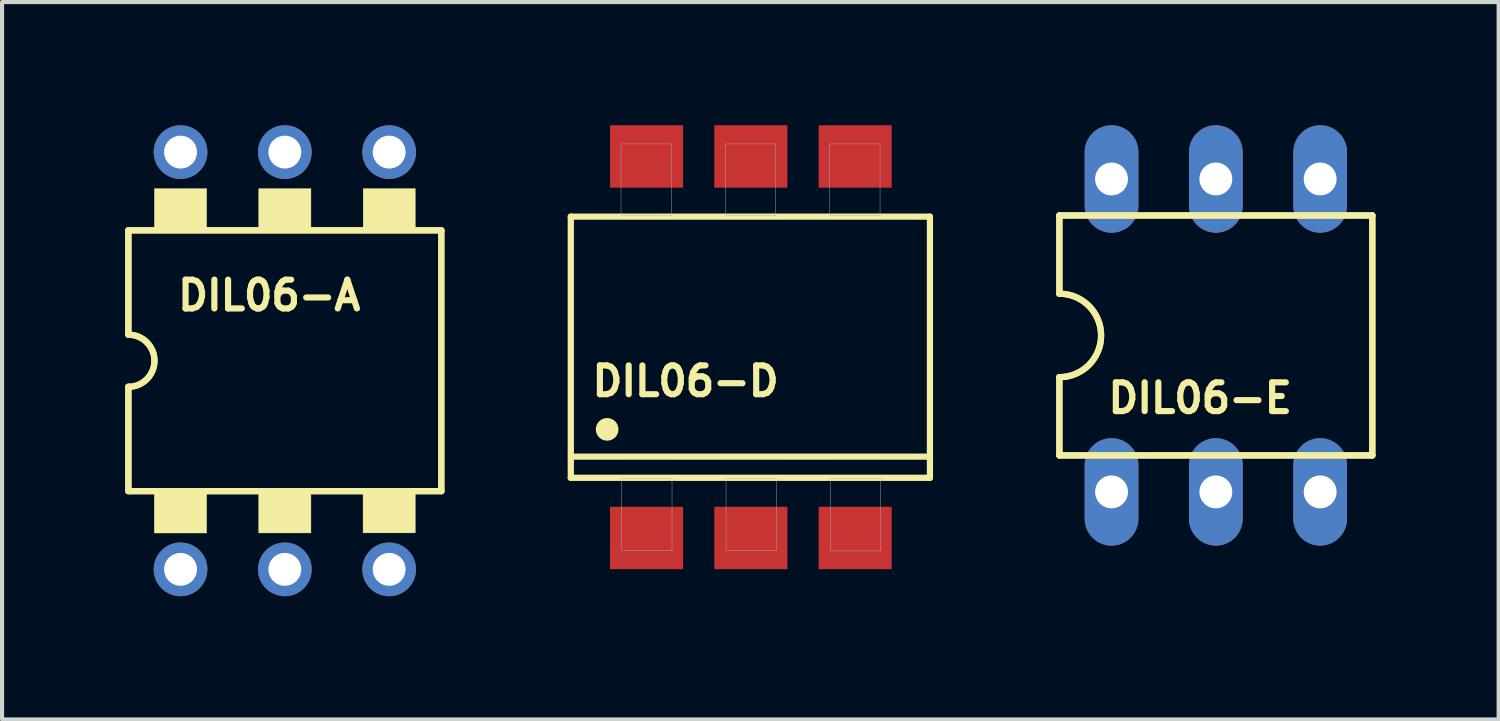
<source format=kicad_pcb>
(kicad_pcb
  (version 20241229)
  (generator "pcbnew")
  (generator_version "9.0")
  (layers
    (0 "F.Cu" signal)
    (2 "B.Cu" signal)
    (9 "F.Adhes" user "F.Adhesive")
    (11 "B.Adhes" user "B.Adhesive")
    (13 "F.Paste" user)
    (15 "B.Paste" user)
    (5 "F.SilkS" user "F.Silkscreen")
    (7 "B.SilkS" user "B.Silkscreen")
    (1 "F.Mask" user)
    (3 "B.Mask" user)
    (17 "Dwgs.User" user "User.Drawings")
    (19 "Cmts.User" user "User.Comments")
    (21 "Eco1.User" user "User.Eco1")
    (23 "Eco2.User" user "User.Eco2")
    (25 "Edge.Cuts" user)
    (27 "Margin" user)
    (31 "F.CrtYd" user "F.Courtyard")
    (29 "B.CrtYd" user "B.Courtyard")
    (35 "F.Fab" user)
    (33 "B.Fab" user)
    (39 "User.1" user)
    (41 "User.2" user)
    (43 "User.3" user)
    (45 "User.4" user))
  (footprint "DIL06-A"
    (layer "F.Cu")
    (at 3.886 5.734)
    (property "Reference" "DIL06-A" (at -0.381 -1.59 0) (layer "F.SilkS") (effects (font (size 0.701 0.701) (thickness 0.15))))
    (attr through_hole)
    (fp_line (start -3.81 -0.635) (end -3.81 -3.175) (stroke (width 0.152) (type solid)) (layer "F.SilkS"))
    (fp_line (start -3.81 -0.635) (end -3.81 -3.175) (stroke (width 0.152) (type solid)) (layer "F.SilkS"))
    (fp_line (start -3.81 3.175) (end -3.81 0.635) (stroke (width 0.152) (type solid)) (layer "F.SilkS"))
    (fp_line (start -3.81 3.175) (end -3.81 0.635) (stroke (width 0.152) (type solid)) (layer "F.SilkS"))
    (fp_line (start 3.81 -3.175) (end -3.81 -3.175) (stroke (width 0.152) (type solid)) (layer "F.SilkS"))
    (fp_line (start 3.81 -3.175) (end -3.81 -3.175) (stroke (width 0.152) (type solid)) (layer "F.SilkS"))
    (fp_line (start 3.81 3.175) (end -3.81 3.175) (stroke (width 0.152) (type solid)) (layer "F.SilkS"))
    (fp_line (start 3.81 3.175) (end -3.81 3.175) (stroke (width 0.152) (type solid)) (layer "F.SilkS"))
    (fp_line (start 3.81 3.175) (end 3.81 -3.175) (stroke (width 0.152) (type solid)) (layer "F.SilkS"))
    (fp_line (start 3.81 3.175) (end 3.81 -3.175) (stroke (width 0.152) (type solid)) (layer "F.SilkS"))
    (fp_arc (start -3.81 -0.635) (mid -3.175 0) (end -3.81 0.635) (stroke (width 0.1524) (type solid)) (layer "F.SilkS"))
    (fp_arc (start -3.81 -0.635) (mid -3.175 0) (end -3.81 0.635) (stroke (width 0.1524) (type solid)) (layer "F.SilkS"))
    (fp_poly (pts (xy -3.178 3.175) (xy -1.905 3.175) (xy -1.905 4.195) (xy -3.178 4.195)) (stroke (width 0.01) (type solid)) (fill yes) (layer "F.SilkS"))
    (fp_poly (pts (xy -3.176 -4.191) (xy -1.905 -4.191) (xy -1.905 -3.176) (xy -3.176 -3.176)) (stroke (width 0.01) (type solid)) (fill yes) (layer "F.SilkS"))
    (fp_poly (pts (xy -0.635 -4.191) (xy 0.635 -4.191) (xy 0.635 -3.178) (xy -0.635 -3.178)) (stroke (width 0.01) (type solid)) (fill yes) (layer "F.SilkS"))
    (fp_poly (pts (xy -0.635 3.175) (xy 0.635 3.175) (xy 0.635 4.193) (xy -0.635 4.193)) (stroke (width 0.01) (type solid)) (fill yes) (layer "F.SilkS"))
    (fp_poly (pts (xy 1.905 3.175) (xy 3.175 3.175) (xy 3.175 4.192) (xy 1.905 4.192)) (stroke (width 0.01) (type solid)) (fill yes) (layer "F.SilkS"))
    (fp_poly (pts (xy 1.908 -4.191) (xy 3.175 -4.191) (xy 3.175 -3.18) (xy 1.908 -3.18)) (stroke (width 0.01) (type solid)) (fill yes) (layer "F.SilkS"))
    (pad "1" thru_hole circle (at -2.54 5.08) (size 1.308 1.308) (drill 0.8) (layers "*.Cu" "*.Mask"))
    (pad "2" thru_hole circle (at 0 5.08) (size 1.308 1.308) (drill 0.8) (layers "*.Cu" "*.Mask"))
    (pad "3" thru_hole circle (at 2.54 5.08) (size 1.308 1.308) (drill 0.8) (layers "*.Cu" "*.Mask"))
    (pad "4" thru_hole circle (at 2.54 -5.08) (size 1.308 1.308) (drill 0.8) (layers "*.Cu" "*.Mask"))
    (pad "5" thru_hole circle (at 0 -5.08) (size 1.308 1.308) (drill 0.8) (layers "*.Cu" "*.Mask"))
    (pad "6" thru_hole circle (at -2.54 -5.08) (size 1.308 1.308) (drill 0.8) (layers "*.Cu" "*.Mask")))
  (footprint "DIL06-E"
    (layer "F.Cu")
    (at 26.556 5.118)
    (property "Reference" "DIL06-E" (at -0.382 1.526 0) (layer "F.SilkS") (effects (font (size 0.701 0.701) (thickness 0.15))))
    (attr through_hole)
    (fp_line (start -3.81 -2.921) (end -3.81 -1.016) (stroke (width 0.152) (type solid)) (layer "F.SilkS"))
    (fp_line (start -3.81 -2.921) (end -3.81 -1.016) (stroke (width 0.152) (type solid)) (layer "F.SilkS"))
    (fp_line (start -3.81 2.921) (end -3.81 1.016) (stroke (width 0.152) (type solid)) (layer "F.SilkS"))
    (fp_line (start -3.81 2.921) (end -3.81 1.016) (stroke (width 0.152) (type solid)) (layer "F.SilkS"))
    (fp_line (start -3.81 2.921) (end 3.81 2.921) (stroke (width 0.152) (type solid)) (layer "F.SilkS"))
    (fp_line (start -3.81 2.921) (end 3.81 2.921) (stroke (width 0.152) (type solid)) (layer "F.SilkS"))
    (fp_line (start 3.81 -2.921) (end -3.81 -2.921) (stroke (width 0.152) (type solid)) (layer "F.SilkS"))
    (fp_line (start 3.81 -2.921) (end -3.81 -2.921) (stroke (width 0.152) (type solid)) (layer "F.SilkS"))
    (fp_line (start 3.81 -2.921) (end 3.81 2.921) (stroke (width 0.152) (type solid)) (layer "F.SilkS"))
    (fp_line (start 3.81 -2.921) (end 3.81 2.921) (stroke (width 0.152) (type solid)) (layer "F.SilkS"))
    (fp_arc (start -3.81 -1.016) (mid -2.794 0) (end -3.81 1.016) (stroke (width 0.1524) (type solid)) (layer "F.SilkS"))
    (fp_arc (start -3.81 -1.016) (mid -2.794 0) (end -3.81 1.016) (stroke (width 0.1524) (type solid)) (layer "F.SilkS"))
    (pad "1" thru_hole oval (at -2.54 3.81) (size 1.308 2.616) (drill 0.8) (layers "*.Cu" "*.Mask"))
    (pad "2" thru_hole oval (at 0 3.81) (size 1.308 2.616) (drill 0.8) (layers "*.Cu" "*.Mask"))
    (pad "3" thru_hole oval (at 2.54 3.81) (size 1.308 2.616) (drill 0.8) (layers "*.Cu" "*.Mask"))
    (pad "4" thru_hole oval (at 2.54 -3.81) (size 1.308 2.616) (drill 0.8) (layers "*.Cu" "*.Mask"))
    (pad "5" thru_hole oval (at 0 -3.81) (size 1.308 2.616) (drill 0.8) (layers "*.Cu" "*.Mask"))
    (pad "6" thru_hole oval (at -2.54 -3.81) (size 1.308 2.616) (drill 0.8) (layers "*.Cu" "*.Mask")))
  (footprint "DIL06-D"
    (layer "F.Cu")
    (at 15.234 5.405)
    (property "Reference" "DIL06-D" (at -1.59 0.827 0) (layer "F.SilkS") (effects (font (size 0.701 0.701) (thickness 0.15))))
    (attr through_hole)
    (fp_line (start -4.385 -3.18) (end 4.36 -3.18) (stroke (width 0.152) (type solid)) (layer "F.SilkS"))
    (fp_line (start -4.385 3.18) (end -4.385 -3.18) (stroke (width 0.152) (type solid)) (layer "F.SilkS"))
    (fp_line (start 4.36 -3.18) (end 4.36 2.664) (stroke (width 0.152) (type solid)) (layer "F.SilkS"))
    (fp_line (start 4.36 2.664) (end -4.285 2.664) (stroke (width 0.152) (type solid)) (layer "F.SilkS"))
    (fp_line (start 4.36 2.664) (end 4.36 3.18) (stroke (width 0.152) (type solid)) (layer "F.SilkS"))
    (fp_line (start 4.36 3.18) (end -4.385 3.18) (stroke (width 0.152) (type solid)) (layer "F.SilkS"))
    (fp_circle (center -3.5 2) (end -3.224 2) (stroke (width 0) (type solid)) (fill yes) (layer "F.SilkS"))
    (fp_poly (pts (xy -3.162 -4.95) (xy -1.935 -4.95) (xy -1.935 -3.202) (xy -3.162 -3.202)) (stroke (width 0.01) (type solid)) (fill no) (layer "F.Fab"))
    (fp_poly (pts (xy -3.146 3.2) (xy -1.92 3.2) (xy -1.92 4.952) (xy -3.146 4.952)) (stroke (width 0.01) (type solid)) (fill no) (layer "F.Fab"))
    (fp_poly (pts (xy -0.621 -4.95) (xy 0.605 -4.95) (xy 0.605 -3.206) (xy -0.621 -3.206)) (stroke (width 0.01) (type solid)) (fill no) (layer "F.Fab"))
    (fp_poly (pts (xy -0.605 3.2) (xy 0.62 3.2) (xy 0.62 4.951) (xy -0.605 4.951)) (stroke (width 0.01) (type solid)) (fill no) (layer "F.Fab"))
    (fp_poly (pts (xy 1.921 -4.95) (xy 3.145 -4.95) (xy 3.145 -3.201) (xy 1.921 -3.201)) (stroke (width 0.01) (type solid)) (fill no) (layer "F.Fab"))
    (fp_poly (pts (xy 1.939 3.2) (xy 3.16 3.2) (xy 3.16 4.96) (xy 1.939 4.96)) (stroke (width 0.01) (type solid)) (fill no) (layer "F.Fab"))
    (pad "1" smd rect (at -2.54 4.645) (size 1.78 1.52) (layers "F.Cu" "F.Mask" "F.Paste"))
    (pad "2" smd rect (at 0 4.645) (size 1.78 1.52) (layers "F.Cu" "F.Mask" "F.Paste"))
    (pad "3" smd rect (at 2.54 4.645) (size 1.78 1.52) (layers "F.Cu" "F.Mask" "F.Paste"))
    (pad "4" smd rect (at 2.54 -4.645 180) (size 1.78 1.52) (layers "F.Cu" "F.Mask" "F.Paste"))
    (pad "5" smd rect (at 0 -4.645 180) (size 1.78 1.52) (layers "F.Cu" "F.Mask" "F.Paste"))
    (pad "6" smd rect (at -2.54 -4.645 180) (size 1.78 1.52) (layers "F.Cu" "F.Mask" "F.Paste")))
  (gr_rect
    (start -3 -3)
    (end 33.442 14.468)
    (stroke (width 0.1) (type default))
    (fill no)
    (layer "Edge.Cuts")))
</source>
